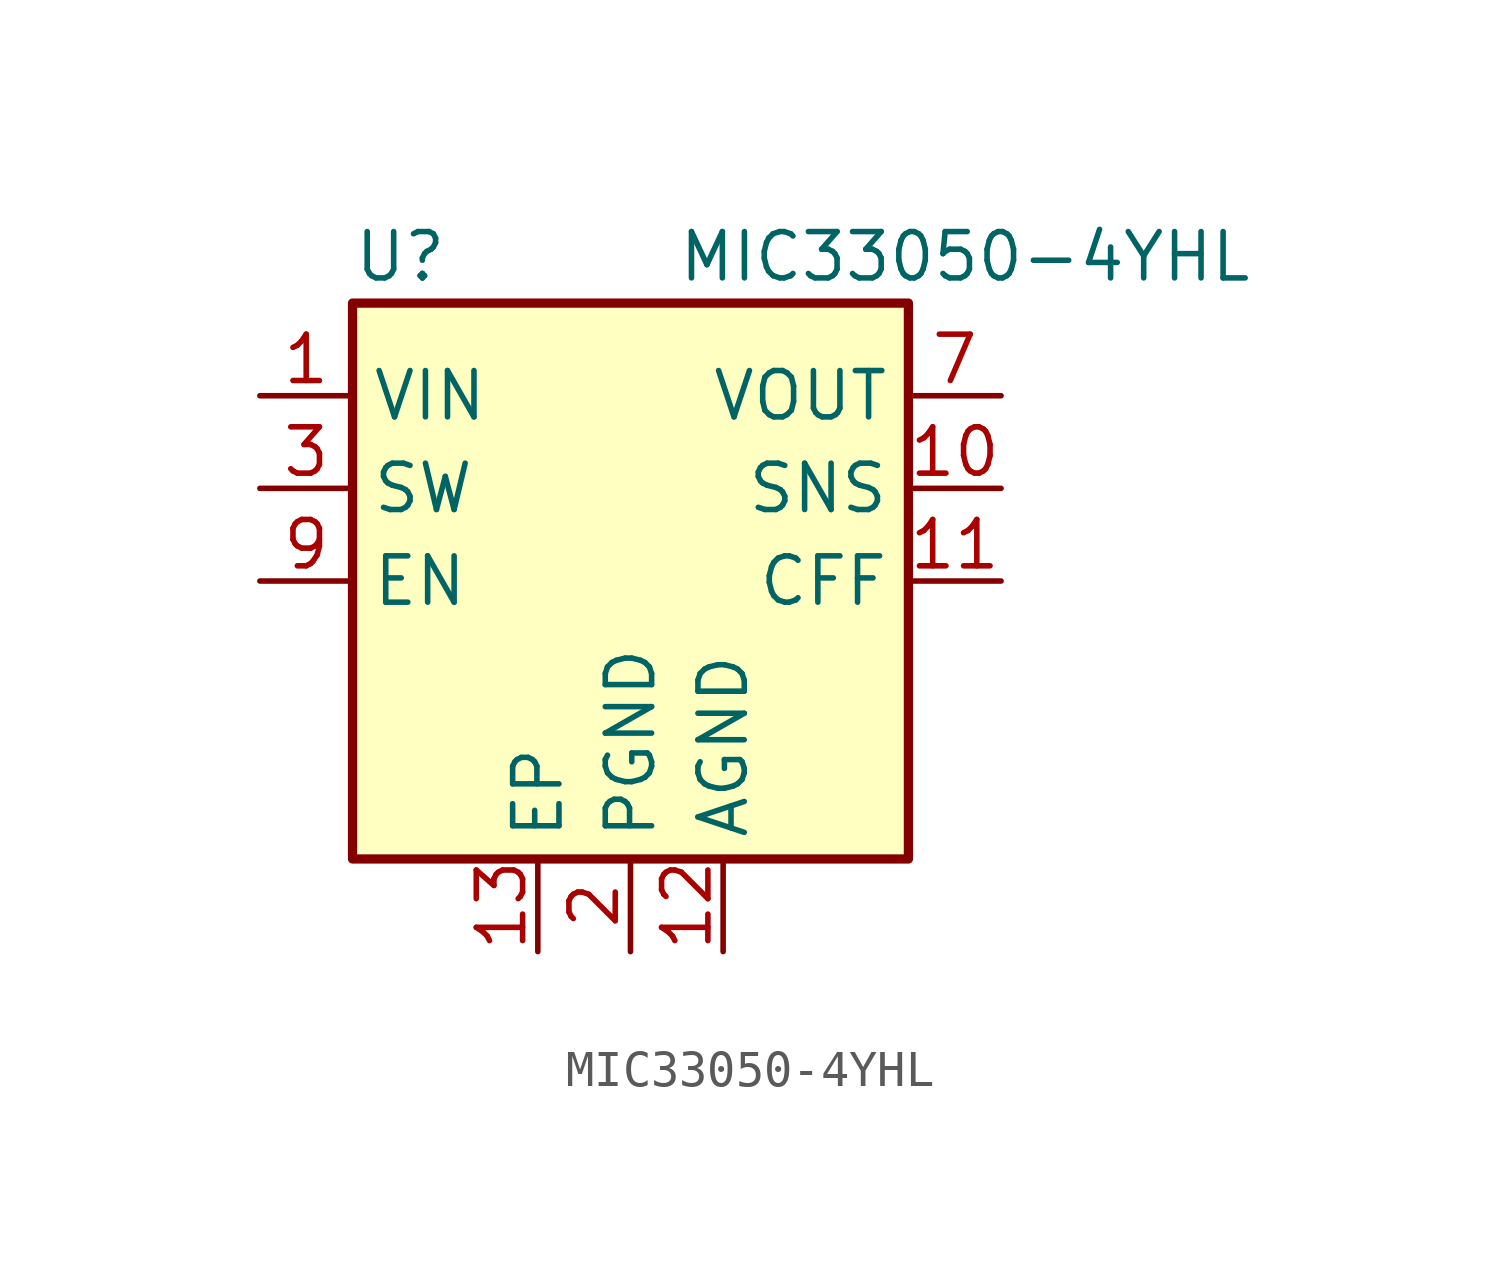
<source format=kicad_sym>
(kicad_symbol_lib
  (version 20200126)
  (host kicad_symbol_editor "5.99.0-unknown-7067e42~102~ubuntu20.04.1")
  (symbol "MIC33050-4YHL:MIC33050-4YHL"
    (pin_names
      (offset 0.508))
    (property "Reference" "U"
      (at -7.62 8.89 0)
      (effects (font (size 1.27 1.27)) (justify left)))
    (property "Value" "MIC33050-4YHL"
      (at 1.27 8.89 0)
      (effects (font (size 1.27 1.27)) (justify left)))
    (symbol "MIC33050-4YHL_1_1"
      (rectangle (start -7.62 7.62) (end 7.62 -7.62) (stroke (width 0.254)) (fill (type background)))
      (pin power_in line (at -10.16 5.08 0) (length 2.54) (name "VIN" (effects (font (size 1.27 1.27)))) (number "1" (effects (font (size 1.27 1.27)))))
      (pin input line (at 10.16 2.54 180) (length 2.54) (name "SNS" (effects (font (size 1.27 1.27)))) (number "10" (effects (font (size 1.27 1.27)))))
      (pin output line (at 10.16 0 180) (length 2.54) (name "CFF" (effects (font (size 1.27 1.27)))) (number "11" (effects (font (size 1.27 1.27)))))
      (pin power_in line (at 2.54 -10.16 90) (length 2.54) (name "AGND" (effects (font (size 1.27 1.27)))) (number "12" (effects (font (size 1.27 1.27)))))
      (pin power_in line (at 0 -10.16 90) (length 2.54) (name "PGND" (effects (font (size 1.27 1.27)))) (number "2" (effects (font (size 1.27 1.27)))))
      (pin output line (at -10.16 2.54 0) (length 2.54) (name "SW" (effects (font (size 1.27 1.27)))) (number "3" (effects (font (size 1.27 1.27)))))
      (pin passive line (at -10.16 2.54 0) (length 2.54) hide (name "SW" (effects (font (size 1.27 1.27)))) (number "4" (effects (font (size 1.27 1.27)))))
      (pin passive line (at -10.16 2.54 0) (length 2.54) hide (name "SW" (effects (font (size 1.27 1.27)))) (number "5" (effects (font (size 1.27 1.27)))))
      (pin passive line (at -10.16 2.54 0) (length 2.54) hide (name "SW" (effects (font (size 1.27 1.27)))) (number "6" (effects (font (size 1.27 1.27)))))
      (pin power_out line (at 10.16 5.08 180) (length 2.54) (name "VOUT" (effects (font (size 1.27 1.27)))) (number "7" (effects (font (size 1.27 1.27)))))
      (pin passive line (at 10.16 5.08 180) (length 2.54) hide (name "VOUT" (effects (font (size 1.27 1.27)))) (number "8" (effects (font (size 1.27 1.27)))))
      (pin input line (at -10.16 0 0) (length 2.54) (name "EN" (effects (font (size 1.27 1.27)))) (number "9" (effects (font (size 1.27 1.27))))))
    (symbol "MIC33050-4YHL_0_0"
      (pin power_in line (at -2.54 -10.16 90) (length 2.54) (name "EP" (effects (font (size 1.27 1.27)))) (number "13" (effects (font (size 1.27 1.27))))))))
</source>
